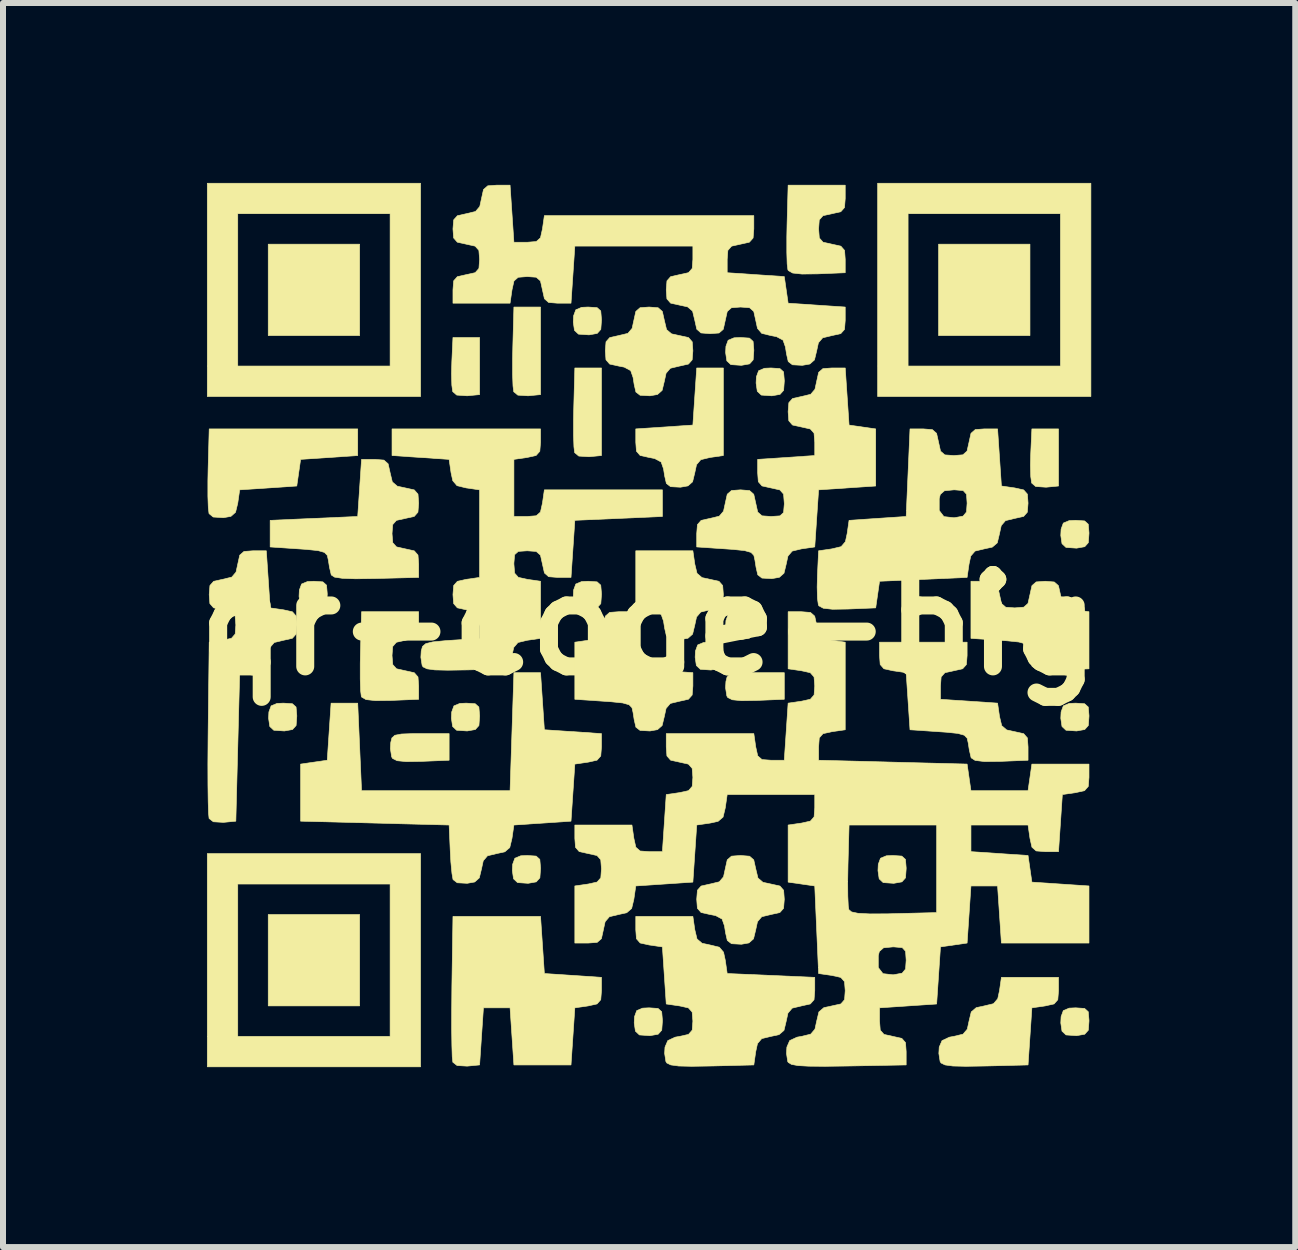
<source format=kicad_pcb>
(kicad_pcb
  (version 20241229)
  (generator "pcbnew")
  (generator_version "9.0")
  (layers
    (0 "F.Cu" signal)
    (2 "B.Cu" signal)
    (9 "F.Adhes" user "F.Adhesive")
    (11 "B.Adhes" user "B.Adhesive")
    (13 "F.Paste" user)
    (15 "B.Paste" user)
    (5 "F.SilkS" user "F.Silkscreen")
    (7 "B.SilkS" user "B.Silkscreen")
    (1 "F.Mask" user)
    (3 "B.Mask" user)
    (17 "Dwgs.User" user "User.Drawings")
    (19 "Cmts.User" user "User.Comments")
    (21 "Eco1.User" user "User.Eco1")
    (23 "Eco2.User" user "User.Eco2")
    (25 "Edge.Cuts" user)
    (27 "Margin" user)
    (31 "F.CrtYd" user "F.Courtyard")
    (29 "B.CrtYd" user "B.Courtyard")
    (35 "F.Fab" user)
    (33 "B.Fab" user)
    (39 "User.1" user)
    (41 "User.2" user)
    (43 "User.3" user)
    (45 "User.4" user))
  (footprint "qr-code-big"
    (layer "F.Cu")
    (at 7.772 7.371)
    (property "Reference" "qr-code-big" (at 0 0 0) (layer "F.SilkS") (effects (font (size 1.524 1.524) (thickness 0.3))))
    (attr through_hole)
    (fp_poly (pts (xy -4.826 -4.826) (xy -6.35 -4.826) (xy -6.35 -6.35) (xy -4.826 -6.35) (xy -4.826 -4.826)) (stroke (width 0.01) (type solid)) (fill yes) (layer "F.SilkS"))
    (fp_poly (pts (xy -4.826 6.35) (xy -6.35 6.35) (xy -6.35 4.826) (xy -4.826 4.826) (xy -4.826 6.35)) (stroke (width 0.01) (type solid)) (fill yes) (layer "F.SilkS"))
    (fp_poly (pts (xy 6.35 -4.826) (xy 4.826 -4.826) (xy 4.826 -6.35) (xy 6.35 -6.35) (xy 6.35 -4.826)) (stroke (width 0.01) (type solid)) (fill yes) (layer "F.SilkS"))
    (fp_poly (pts (xy -2.826 -3.842) (xy -3.033 -3.822) (xy -3.207 -3.834) (xy -3.274 -3.892) (xy -3.289 -4) (xy -3.294 -4.19) (xy -3.289 -4.388) (xy -3.27 -4.794) (xy -2.826 -4.794) (xy -2.826 -3.842)) (stroke (width 0.01) (type solid)) (fill yes) (layer "F.SilkS"))
    (fp_poly (pts (xy 6.826 -2.318) (xy 6.619 -2.298) (xy 6.445 -2.31) (xy 6.378 -2.368) (xy 6.363 -2.476) (xy 6.358 -2.666) (xy 6.363 -2.864) (xy 6.382 -3.27) (xy 6.826 -3.27) (xy 6.826 -2.318)) (stroke (width 0.01) (type solid)) (fill yes) (layer "F.SilkS"))
    (fp_poly (pts (xy -1.81 -3.842) (xy -2.017 -3.822) (xy -2.188 -3.833) (xy -2.257 -3.89) (xy -2.269 -3.987) (xy -2.276 -4.18) (xy -2.276 -4.438) (xy -2.272 -4.64) (xy -2.254 -5.302) (xy -1.81 -5.302) (xy -1.81 -3.842)) (stroke (width 0.01) (type solid)) (fill yes) (layer "F.SilkS"))
    (fp_poly (pts (xy -0.794 -2.826) (xy -1.001 -2.806) (xy -1.172 -2.817) (xy -1.241 -2.874) (xy -1.253 -2.971) (xy -1.26 -3.164) (xy -1.26 -3.422) (xy -1.256 -3.624) (xy -1.238 -4.286) (xy -0.794 -4.286) (xy -0.794 -2.826)) (stroke (width 0.01) (type solid)) (fill yes) (layer "F.SilkS"))
    (fp_poly (pts (xy -3.81 -3.81) (xy -7.366 -3.81) (xy -7.366 -6.858) (xy -6.858 -6.858) (xy -6.858 -4.318) (xy -4.318 -4.318) (xy -4.318 -6.858) (xy -6.858 -6.858) (xy -7.366 -6.858) (xy -7.366 -7.366) (xy -3.81 -7.366) (xy -3.81 -3.81)) (stroke (width 0.01) (type solid)) (fill yes) (layer "F.SilkS"))
    (fp_poly (pts (xy -3.81 7.366) (xy -7.366 7.366) (xy -7.366 4.318) (xy -6.858 4.318) (xy -6.858 6.858) (xy -4.318 6.858) (xy -4.318 4.318) (xy -6.858 4.318) (xy -7.366 4.318) (xy -7.366 3.81) (xy -3.81 3.81) (xy -3.81 7.366)) (stroke (width 0.01) (type solid)) (fill yes) (layer "F.SilkS"))
    (fp_poly (pts (xy 7.366 -3.81) (xy 3.81 -3.81) (xy 3.81 -6.858) (xy 4.318 -6.858) (xy 4.318 -4.318) (xy 6.858 -4.318) (xy 6.858 -6.858) (xy 4.318 -6.858) (xy 3.81 -6.858) (xy 3.81 -7.366) (xy 7.366 -7.366) (xy 7.366 -3.81)) (stroke (width 0.01) (type solid)) (fill yes) (layer "F.SilkS"))
    (fp_poly (pts (xy -5.947 1.312) (xy -5.886 1.367) (xy -5.874 1.507) (xy -5.874 1.524) (xy -5.885 1.675) (xy -5.945 1.742) (xy -6.081 1.766) (xy -6.257 1.754) (xy -6.324 1.691) (xy -6.344 1.554) (xy -6.339 1.449) (xy -6.302 1.348) (xy -6.204 1.307) (xy -6.096 1.302) (xy -5.947 1.312)) (stroke (width 0.01) (type solid)) (fill yes) (layer "F.SilkS"))
    (fp_poly (pts (xy -5.439 -0.72) (xy -5.378 -0.665) (xy -5.366 -0.525) (xy -5.366 -0.508) (xy -5.377 -0.357) (xy -5.437 -0.29) (xy -5.573 -0.266) (xy -5.749 -0.278) (xy -5.816 -0.341) (xy -5.836 -0.478) (xy -5.831 -0.583) (xy -5.794 -0.684) (xy -5.696 -0.725) (xy -5.588 -0.73) (xy -5.439 -0.72)) (stroke (width 0.01) (type solid)) (fill yes) (layer "F.SilkS"))
    (fp_poly (pts (xy -3.334 2.254) (xy -3.795 2.273) (xy -4.049 2.277) (xy -4.201 2.262) (xy -4.277 2.224) (xy -4.292 2.198) (xy -4.313 2.062) (xy -4.307 1.957) (xy -4.288 1.882) (xy -4.239 1.838) (xy -4.131 1.817) (xy -3.938 1.81) (xy -3.81 1.81) (xy -3.334 1.81) (xy -3.334 2.254)) (stroke (width 0.01) (type solid)) (fill yes) (layer "F.SilkS"))
    (fp_poly (pts (xy -2.899 1.312) (xy -2.838 1.367) (xy -2.826 1.507) (xy -2.826 1.524) (xy -2.837 1.675) (xy -2.897 1.742) (xy -3.033 1.766) (xy -3.209 1.754) (xy -3.276 1.691) (xy -3.296 1.554) (xy -3.291 1.449) (xy -3.254 1.348) (xy -3.156 1.307) (xy -3.048 1.302) (xy -2.899 1.312)) (stroke (width 0.01) (type solid)) (fill yes) (layer "F.SilkS"))
    (fp_poly (pts (xy -1.883 3.852) (xy -1.822 3.907) (xy -1.81 4.047) (xy -1.81 4.064) (xy -1.821 4.215) (xy -1.881 4.282) (xy -2.017 4.306) (xy -2.193 4.294) (xy -2.26 4.231) (xy -2.28 4.094) (xy -2.275 3.989) (xy -2.238 3.888) (xy -2.14 3.847) (xy -2.032 3.842) (xy -1.883 3.852)) (stroke (width 0.01) (type solid)) (fill yes) (layer "F.SilkS"))
    (fp_poly (pts (xy -0.867 -5.292) (xy -0.806 -5.237) (xy -0.794 -5.097) (xy -0.794 -5.08) (xy -0.805 -4.929) (xy -0.865 -4.862) (xy -1.001 -4.838) (xy -1.177 -4.85) (xy -1.244 -4.913) (xy -1.264 -5.05) (xy -1.259 -5.155) (xy -1.222 -5.256) (xy -1.124 -5.297) (xy -1.016 -5.302) (xy -0.867 -5.292)) (stroke (width 0.01) (type solid)) (fill yes) (layer "F.SilkS"))
    (fp_poly (pts (xy -0.867 -0.72) (xy -0.806 -0.665) (xy -0.794 -0.525) (xy -0.794 -0.508) (xy -0.805 -0.357) (xy -0.865 -0.29) (xy -1.001 -0.266) (xy -1.177 -0.278) (xy -1.244 -0.341) (xy -1.264 -0.478) (xy -1.259 -0.583) (xy -1.222 -0.684) (xy -1.124 -0.725) (xy -1.016 -0.73) (xy -0.867 -0.72)) (stroke (width 0.01) (type solid)) (fill yes) (layer "F.SilkS"))
    (fp_poly (pts (xy 0.149 6.392) (xy 0.21 6.447) (xy 0.222 6.587) (xy 0.222 6.604) (xy 0.211 6.755) (xy 0.151 6.822) (xy 0.015 6.846) (xy -0.161 6.834) (xy -0.228 6.771) (xy -0.248 6.634) (xy -0.243 6.529) (xy -0.206 6.428) (xy -0.108 6.387) (xy 0 6.382) (xy 0.149 6.392)) (stroke (width 0.01) (type solid)) (fill yes) (layer "F.SilkS"))
    (fp_poly (pts (xy 1.165 0.296) (xy 1.226 0.351) (xy 1.238 0.491) (xy 1.238 0.508) (xy 1.227 0.659) (xy 1.167 0.726) (xy 1.031 0.75) (xy 0.855 0.738) (xy 0.788 0.675) (xy 0.768 0.538) (xy 0.773 0.433) (xy 0.81 0.332) (xy 0.908 0.291) (xy 1.016 0.286) (xy 1.165 0.296)) (stroke (width 0.01) (type solid)) (fill yes) (layer "F.SilkS"))
    (fp_poly (pts (xy 1.673 -4.784) (xy 1.734 -4.729) (xy 1.746 -4.589) (xy 1.746 -4.572) (xy 1.735 -4.421) (xy 1.675 -4.354) (xy 1.539 -4.33) (xy 1.363 -4.342) (xy 1.296 -4.405) (xy 1.276 -4.542) (xy 1.281 -4.647) (xy 1.318 -4.748) (xy 1.416 -4.789) (xy 1.524 -4.794) (xy 1.673 -4.784)) (stroke (width 0.01) (type solid)) (fill yes) (layer "F.SilkS"))
    (fp_poly (pts (xy 1.673 -0.212) (xy 1.734 -0.157) (xy 1.746 -0.017) (xy 1.746 0) (xy 1.735 0.151) (xy 1.675 0.218) (xy 1.539 0.242) (xy 1.363 0.23) (xy 1.296 0.167) (xy 1.276 0.03) (xy 1.281 -0.075) (xy 1.318 -0.176) (xy 1.416 -0.217) (xy 1.524 -0.222) (xy 1.673 -0.212)) (stroke (width 0.01) (type solid)) (fill yes) (layer "F.SilkS"))
    (fp_poly (pts (xy 2.181 -4.276) (xy 2.242 -4.221) (xy 2.254 -4.081) (xy 2.254 -4.064) (xy 2.243 -3.913) (xy 2.183 -3.846) (xy 2.047 -3.822) (xy 1.871 -3.834) (xy 1.804 -3.897) (xy 1.784 -4.034) (xy 1.789 -4.139) (xy 1.826 -4.24) (xy 1.924 -4.281) (xy 2.032 -4.286) (xy 2.181 -4.276)) (stroke (width 0.01) (type solid)) (fill yes) (layer "F.SilkS"))
    (fp_poly (pts (xy 2.254 1.238) (xy 1.793 1.257) (xy 1.539 1.261) (xy 1.387 1.246) (xy 1.311 1.208) (xy 1.296 1.182) (xy 1.275 1.046) (xy 1.281 0.941) (xy 1.3 0.866) (xy 1.349 0.822) (xy 1.457 0.801) (xy 1.65 0.794) (xy 1.778 0.794) (xy 2.254 0.794) (xy 2.254 1.238)) (stroke (width 0.01) (type solid)) (fill yes) (layer "F.SilkS"))
    (fp_poly (pts (xy 4.213 3.852) (xy 4.274 3.907) (xy 4.286 4.047) (xy 4.286 4.064) (xy 4.275 4.215) (xy 4.215 4.282) (xy 4.079 4.306) (xy 3.903 4.294) (xy 3.836 4.231) (xy 3.816 4.094) (xy 3.821 3.989) (xy 3.858 3.888) (xy 3.956 3.847) (xy 4.064 3.842) (xy 4.213 3.852)) (stroke (width 0.01) (type solid)) (fill yes) (layer "F.SilkS"))
    (fp_poly (pts (xy 7.261 -1.736) (xy 7.322 -1.681) (xy 7.334 -1.541) (xy 7.334 -1.524) (xy 7.323 -1.373) (xy 7.263 -1.306) (xy 7.127 -1.282) (xy 6.951 -1.294) (xy 6.884 -1.357) (xy 6.864 -1.494) (xy 6.869 -1.599) (xy 6.906 -1.7) (xy 7.004 -1.741) (xy 7.112 -1.746) (xy 7.261 -1.736)) (stroke (width 0.01) (type solid)) (fill yes) (layer "F.SilkS"))
    (fp_poly (pts (xy 7.261 1.312) (xy 7.322 1.367) (xy 7.334 1.507) (xy 7.334 1.524) (xy 7.323 1.675) (xy 7.263 1.742) (xy 7.127 1.766) (xy 6.951 1.754) (xy 6.884 1.691) (xy 6.864 1.554) (xy 6.869 1.449) (xy 6.906 1.348) (xy 7.004 1.307) (xy 7.112 1.302) (xy 7.261 1.312)) (stroke (width 0.01) (type solid)) (fill yes) (layer "F.SilkS"))
    (fp_poly (pts (xy 7.261 6.392) (xy 7.322 6.447) (xy 7.334 6.587) (xy 7.334 6.604) (xy 7.323 6.755) (xy 7.263 6.822) (xy 7.127 6.846) (xy 6.951 6.834) (xy 6.884 6.771) (xy 6.864 6.634) (xy 6.869 6.529) (xy 6.906 6.428) (xy 7.004 6.387) (xy 7.112 6.382) (xy 7.261 6.392)) (stroke (width 0.01) (type solid)) (fill yes) (layer "F.SilkS"))
    (fp_poly (pts (xy -4.858 -2.826) (xy -5.81 -2.762) (xy -5.874 -2.318) (xy -6.826 -2.254) (xy -6.858 -2.032) (xy -6.895 -1.88) (xy -6.972 -1.812) (xy -7.097 -1.79) (xy -7.268 -1.801) (xy -7.337 -1.858) (xy -7.349 -1.955) (xy -7.356 -2.148) (xy -7.356 -2.406) (xy -7.352 -2.608) (xy -7.334 -3.27) (xy -4.858 -3.27) (xy -4.858 -2.826)) (stroke (width 0.01) (type solid)) (fill yes) (layer "F.SilkS"))
    (fp_poly (pts (xy -1.746 5.81) (xy -0.794 5.874) (xy -0.794 6.096) (xy -0.806 6.247) (xy -0.868 6.317) (xy -1.016 6.35) (xy -1.238 6.382) (xy -1.302 7.334) (xy -2.254 7.334) (xy -2.318 6.382) (xy -2.762 6.382) (xy -2.826 7.334) (xy -3.033 7.354) (xy -3.201 7.344) (xy -3.272 7.289) (xy -3.282 7.2) (xy -3.288 7.007) (xy -3.292 6.73) (xy -3.291 6.391) (xy -3.288 6.03) (xy -3.27 4.858) (xy -1.81 4.858) (xy -1.746 5.81)) (stroke (width 0.01) (type solid)) (fill yes) (layer "F.SilkS"))
    (fp_poly (pts (xy 1.238 -2.826) (xy 1.016 -2.794) (xy 0.862 -2.757) (xy 0.791 -2.674) (xy 0.762 -2.54) (xy 0.725 -2.388) (xy 0.648 -2.32) (xy 0.523 -2.298) (xy 0.358 -2.307) (xy 0.288 -2.361) (xy 0.259 -2.488) (xy 0.241 -2.603) (xy 0.201 -2.718) (xy 0.093 -2.776) (xy 0 -2.794) (xy -0.149 -2.827) (xy -0.211 -2.898) (xy -0.222 -3.048) (xy -0.222 -3.27) (xy 0.73 -3.334) (xy 0.794 -4.286) (xy 1.238 -4.286) (xy 1.238 -2.826)) (stroke (width 0.01) (type solid)) (fill yes) (layer "F.SilkS"))
    (fp_poly (pts (xy -3.842 0) (xy -3.854 0.151) (xy -3.916 0.221) (xy -4.064 0.254) (xy -4.213 0.287) (xy -4.275 0.358) (xy -4.286 0.508) (xy -4.274 0.659) (xy -4.212 0.729) (xy -4.064 0.762) (xy -3.915 0.795) (xy -3.853 0.866) (xy -3.842 1.016) (xy -3.842 1.238) (xy -4.303 1.257) (xy -4.563 1.26) (xy -4.719 1.243) (xy -4.791 1.202) (xy -4.798 1.189) (xy -4.81 1.092) (xy -4.816 0.9) (xy -4.816 0.642) (xy -4.812 0.44) (xy -4.794 -0.222) (xy -3.842 -0.222) (xy -3.842 0)) (stroke (width 0.01) (type solid)) (fill yes) (layer "F.SilkS"))
    (fp_poly (pts (xy 3.27 -7.112) (xy 3.258 -6.961) (xy 3.196 -6.891) (xy 3.048 -6.858) (xy 2.899 -6.825) (xy 2.837 -6.754) (xy 2.826 -6.604) (xy 2.838 -6.453) (xy 2.9 -6.383) (xy 3.048 -6.35) (xy 3.197 -6.317) (xy 3.259 -6.246) (xy 3.27 -6.096) (xy 3.27 -5.874) (xy 2.809 -5.855) (xy 2.549 -5.852) (xy 2.393 -5.869) (xy 2.321 -5.91) (xy 2.314 -5.923) (xy 2.302 -6.02) (xy 2.296 -6.212) (xy 2.296 -6.47) (xy 2.3 -6.672) (xy 2.318 -7.334) (xy 3.27 -7.334) (xy 3.27 -7.112)) (stroke (width 0.01) (type solid)) (fill yes) (layer "F.SilkS"))
    (fp_poly (pts (xy 0.762 -1.016) (xy 0.799 -0.862) (xy 0.882 -0.791) (xy 1.016 -0.762) (xy 1.165 -0.729) (xy 1.227 -0.658) (xy 1.238 -0.508) (xy 1.226 -0.357) (xy 1.164 -0.287) (xy 1.016 -0.254) (xy 0.862 -0.217) (xy 0.791 -0.134) (xy 0.762 0) (xy 0.725 0.152) (xy 0.648 0.22) (xy 0.523 0.242) (xy 0.358 0.233) (xy 0.288 0.179) (xy 0.259 0.052) (xy 0.241 -0.064) (xy 0.201 -0.178) (xy 0.093 -0.236) (xy 0 -0.254) (xy -0.222 -0.286) (xy -0.222 -1.238) (xy 0.73 -1.238) (xy 0.762 -1.016)) (stroke (width 0.01) (type solid)) (fill yes) (layer "F.SilkS"))
    (fp_poly (pts (xy 6.826 6.096) (xy 6.814 6.247) (xy 6.752 6.317) (xy 6.604 6.35) (xy 6.382 6.382) (xy 6.318 7.334) (xy 5.603 7.352) (xy 5.281 7.357) (xy 5.064 7.352) (xy 4.934 7.334) (xy 4.868 7.302) (xy 4.852 7.277) (xy 4.831 7.142) (xy 4.837 7.037) (xy 4.884 6.928) (xy 5.007 6.871) (xy 5.08 6.858) (xy 5.234 6.821) (xy 5.305 6.738) (xy 5.334 6.604) (xy 5.371 6.45) (xy 5.454 6.379) (xy 5.588 6.35) (xy 5.742 6.313) (xy 5.813 6.23) (xy 5.842 6.096) (xy 5.874 5.874) (xy 6.826 5.874) (xy 6.826 6.096)) (stroke (width 0.01) (type solid)) (fill yes) (layer "F.SilkS"))
    (fp_poly (pts (xy -0.222 0.73) (xy 0.73 0.794) (xy 0.73 1.016) (xy 0.718 1.167) (xy 0.656 1.237) (xy 0.508 1.27) (xy 0.354 1.307) (xy 0.283 1.39) (xy 0.254 1.524) (xy 0.217 1.676) (xy 0.14 1.744) (xy 0.015 1.766) (xy -0.15 1.757) (xy -0.22 1.703) (xy -0.249 1.576) (xy -0.267 1.46) (xy -0.285 1.379) (xy -0.333 1.329) (xy -0.439 1.299) (xy -0.632 1.279) (xy -0.762 1.27) (xy -1.238 1.238) (xy -1.238 0.286) (xy -1.016 0.254) (xy -0.862 0.217) (xy -0.791 0.134) (xy -0.762 0) (xy -0.729 -0.149) (xy -0.658 -0.211) (xy -0.508 -0.222) (xy -0.286 -0.222) (xy -0.222 0.73)) (stroke (width 0.01) (type solid)) (fill yes) (layer "F.SilkS"))
    (fp_poly (pts (xy -1.746 1.746) (xy -0.794 1.81) (xy -0.794 2.032) (xy -0.806 2.183) (xy -0.868 2.253) (xy -1.016 2.286) (xy -1.238 2.318) (xy -1.302 3.27) (xy -2.254 3.334) (xy -2.286 3.556) (xy -2.323 3.71) (xy -2.406 3.781) (xy -2.54 3.81) (xy -2.694 3.847) (xy -2.765 3.93) (xy -2.794 4.064) (xy -2.831 4.216) (xy -2.908 4.284) (xy -3.033 4.306) (xy -3.199 4.297) (xy -3.269 4.243) (xy -3.287 4.139) (xy -3.305 3.951) (xy -3.316 3.747) (xy -3.334 3.334) (xy -5.81 3.27) (xy -5.81 2.318) (xy -5.366 2.254) (xy -5.302 1.302) (xy -4.858 1.302) (xy -4.794 2.762) (xy -2.318 2.762) (xy -2.254 0.794) (xy -1.81 0.794) (xy -1.746 1.746)) (stroke (width 0.01) (type solid)) (fill yes) (layer "F.SilkS"))
    (fp_poly (pts (xy 5.739 -0.718) (xy 5.809 -0.656) (xy 5.842 -0.508) (xy 5.875 -0.359) (xy 5.946 -0.297) (xy 6.096 -0.286) (xy 6.247 -0.298) (xy 6.317 -0.36) (xy 6.35 -0.508) (xy 6.383 -0.657) (xy 6.454 -0.719) (xy 6.604 -0.73) (xy 6.755 -0.718) (xy 6.825 -0.656) (xy 6.858 -0.508) (xy 6.895 -0.354) (xy 6.978 -0.283) (xy 7.112 -0.254) (xy 7.334 -0.222) (xy 7.334 0.73) (xy 6.873 0.749) (xy 6.608 0.752) (xy 6.452 0.733) (xy 6.386 0.69) (xy 6.384 0.685) (xy 6.355 0.56) (xy 6.337 0.445) (xy 6.319 0.363) (xy 6.271 0.313) (xy 6.165 0.283) (xy 5.972 0.263) (xy 5.842 0.254) (xy 5.366 0.222) (xy 5.366 -0.73) (xy 5.588 -0.73) (xy 5.739 -0.718)) (stroke (width 0.01) (type solid)) (fill yes) (layer "F.SilkS"))
    (fp_poly (pts (xy 0.151 -5.29) (xy 0.221 -5.228) (xy 0.254 -5.08) (xy 0.291 -4.926) (xy 0.374 -4.855) (xy 0.508 -4.826) (xy 0.657 -4.793) (xy 0.719 -4.722) (xy 0.73 -4.572) (xy 0.718 -4.421) (xy 0.656 -4.351) (xy 0.508 -4.318) (xy 0.354 -4.281) (xy 0.283 -4.198) (xy 0.254 -4.064) (xy 0.217 -3.912) (xy 0.14 -3.844) (xy 0.015 -3.822) (xy -0.15 -3.831) (xy -0.22 -3.885) (xy -0.249 -4.012) (xy -0.267 -4.128) (xy -0.307 -4.242) (xy -0.415 -4.3) (xy -0.508 -4.318) (xy -0.657 -4.351) (xy -0.719 -4.422) (xy -0.73 -4.572) (xy -0.718 -4.723) (xy -0.656 -4.793) (xy -0.508 -4.826) (xy -0.354 -4.863) (xy -0.283 -4.946) (xy -0.254 -5.08) (xy -0.221 -5.229) (xy -0.15 -5.291) (xy 0 -5.302) (xy 0.151 -5.29)) (stroke (width 0.01) (type solid)) (fill yes) (layer "F.SilkS"))
    (fp_poly (pts (xy 1.675 3.854) (xy 1.745 3.916) (xy 1.778 4.064) (xy 1.815 4.218) (xy 1.898 4.289) (xy 2.032 4.318) (xy 2.181 4.351) (xy 2.243 4.422) (xy 2.254 4.572) (xy 2.242 4.723) (xy 2.18 4.793) (xy 2.032 4.826) (xy 1.878 4.863) (xy 1.807 4.946) (xy 1.778 5.08) (xy 1.741 5.232) (xy 1.664 5.3) (xy 1.539 5.322) (xy 1.374 5.313) (xy 1.304 5.259) (xy 1.275 5.132) (xy 1.257 5.016) (xy 1.217 4.902) (xy 1.109 4.844) (xy 1.016 4.826) (xy 0.867 4.793) (xy 0.805 4.722) (xy 0.794 4.572) (xy 0.806 4.421) (xy 0.868 4.351) (xy 1.016 4.318) (xy 1.17 4.281) (xy 1.241 4.198) (xy 1.27 4.064) (xy 1.303 3.915) (xy 1.374 3.853) (xy 1.524 3.842) (xy 1.675 3.854)) (stroke (width 0.01) (type solid)) (fill yes) (layer "F.SilkS"))
    (fp_poly (pts (xy 5.302 0.508) (xy 5.29 0.659) (xy 5.228 0.729) (xy 5.08 0.762) (xy 4.931 0.795) (xy 4.869 0.866) (xy 4.858 1.016) (xy 4.858 1.238) (xy 5.81 1.302) (xy 5.842 1.524) (xy 5.879 1.678) (xy 5.962 1.749) (xy 6.096 1.778) (xy 6.245 1.811) (xy 6.307 1.882) (xy 6.318 2.032) (xy 6.318 2.254) (xy 5.857 2.273) (xy 5.592 2.276) (xy 5.436 2.257) (xy 5.37 2.214) (xy 5.368 2.209) (xy 5.339 2.084) (xy 5.321 1.968) (xy 5.303 1.887) (xy 5.255 1.837) (xy 5.149 1.807) (xy 4.956 1.787) (xy 4.826 1.778) (xy 4.35 1.746) (xy 4.286 0.794) (xy 4.064 0.762) (xy 3.915 0.729) (xy 3.853 0.658) (xy 3.842 0.508) (xy 3.842 0.286) (xy 5.302 0.286) (xy 5.302 0.508)) (stroke (width 0.01) (type solid)) (fill yes) (layer "F.SilkS"))
    (fp_poly (pts (xy -4.421 -2.75) (xy -4.351 -2.688) (xy -4.318 -2.54) (xy -4.281 -2.386) (xy -4.198 -2.315) (xy -4.064 -2.286) (xy -3.915 -2.253) (xy -3.853 -2.182) (xy -3.842 -2.032) (xy -3.854 -1.881) (xy -3.916 -1.811) (xy -4.064 -1.778) (xy -4.213 -1.745) (xy -4.275 -1.674) (xy -4.286 -1.524) (xy -4.274 -1.373) (xy -4.212 -1.303) (xy -4.064 -1.27) (xy -3.915 -1.237) (xy -3.853 -1.166) (xy -3.842 -1.016) (xy -3.842 -0.794) (xy -4.557 -0.776) (xy -4.891 -0.771) (xy -5.114 -0.779) (xy -5.245 -0.799) (xy -5.299 -0.835) (xy -5.3 -0.839) (xy -5.329 -0.964) (xy -5.347 -1.079) (xy -5.365 -1.161) (xy -5.413 -1.211) (xy -5.519 -1.241) (xy -5.712 -1.261) (xy -5.842 -1.27) (xy -6.318 -1.302) (xy -6.318 -1.746) (xy -4.858 -1.81) (xy -4.794 -2.762) (xy -4.572 -2.762) (xy -4.421 -2.75)) (stroke (width 0.01) (type solid)) (fill yes) (layer "F.SilkS"))
    (fp_poly (pts (xy -6.318 -0.286) (xy -6.096 -0.254) (xy -5.947 -0.221) (xy -5.885 -0.15) (xy -5.874 0) (xy -5.886 0.151) (xy -5.948 0.221) (xy -6.096 0.254) (xy -6.25 0.291) (xy -6.321 0.374) (xy -6.35 0.508) (xy -6.387 0.662) (xy -6.47 0.733) (xy -6.604 0.762) (xy -6.826 0.794) (xy -6.89 3.27) (xy -7.097 3.29) (xy -7.265 3.28) (xy -7.336 3.225) (xy -7.345 3.139) (xy -7.351 2.946) (xy -7.355 2.664) (xy -7.356 2.314) (xy -7.353 1.914) (xy -7.351 1.713) (xy -7.334 0.286) (xy -7.112 0.254) (xy -6.963 0.221) (xy -6.901 0.15) (xy -6.89 0) (xy -6.902 -0.151) (xy -6.964 -0.221) (xy -7.112 -0.254) (xy -7.261 -0.287) (xy -7.323 -0.358) (xy -7.334 -0.508) (xy -7.322 -0.659) (xy -7.26 -0.729) (xy -7.112 -0.762) (xy -6.958 -0.799) (xy -6.887 -0.882) (xy -6.858 -1.016) (xy -6.825 -1.165) (xy -6.754 -1.227) (xy -6.604 -1.238) (xy -6.382 -1.238) (xy -6.318 -0.286)) (stroke (width 0.01) (type solid)) (fill yes) (layer "F.SilkS"))
    (fp_poly (pts (xy 0.762 5.08) (xy 0.799 5.234) (xy 0.882 5.305) (xy 1.016 5.334) (xy 1.17 5.371) (xy 1.241 5.454) (xy 1.27 5.588) (xy 1.302 5.81) (xy 2.762 5.874) (xy 2.762 6.096) (xy 2.75 6.247) (xy 2.688 6.317) (xy 2.54 6.35) (xy 2.386 6.387) (xy 2.315 6.47) (xy 2.286 6.604) (xy 2.249 6.758) (xy 2.166 6.829) (xy 2.032 6.858) (xy 1.878 6.895) (xy 1.807 6.978) (xy 1.778 7.112) (xy 1.746 7.334) (xy 1.031 7.352) (xy 0.709 7.357) (xy 0.492 7.352) (xy 0.362 7.334) (xy 0.296 7.302) (xy 0.28 7.277) (xy 0.259 7.142) (xy 0.265 7.037) (xy 0.312 6.928) (xy 0.435 6.871) (xy 0.508 6.858) (xy 0.657 6.825) (xy 0.719 6.754) (xy 0.73 6.604) (xy 0.718 6.453) (xy 0.656 6.383) (xy 0.508 6.35) (xy 0.286 6.318) (xy 0.222 5.366) (xy 0 5.334) (xy -0.149 5.301) (xy -0.211 5.23) (xy -0.222 5.08) (xy -0.222 4.858) (xy 0.73 4.858) (xy 0.762 5.08)) (stroke (width 0.01) (type solid)) (fill yes) (layer "F.SilkS"))
    (fp_poly (pts (xy 3.334 -3.334) (xy 3.778 -3.27) (xy 3.778 -2.318) (xy 2.826 -2.254) (xy 2.762 -1.302) (xy 2.54 -1.27) (xy 2.386 -1.233) (xy 2.315 -1.15) (xy 2.286 -1.016) (xy 2.249 -0.864) (xy 2.172 -0.796) (xy 2.047 -0.774) (xy 1.882 -0.783) (xy 1.812 -0.837) (xy 1.783 -0.964) (xy 1.765 -1.079) (xy 1.747 -1.161) (xy 1.699 -1.211) (xy 1.593 -1.241) (xy 1.4 -1.261) (xy 1.27 -1.27) (xy 0.794 -1.302) (xy 0.794 -1.524) (xy 0.806 -1.675) (xy 0.868 -1.745) (xy 1.016 -1.778) (xy 1.17 -1.815) (xy 1.241 -1.898) (xy 1.27 -2.032) (xy 1.303 -2.181) (xy 1.374 -2.243) (xy 1.524 -2.254) (xy 1.675 -2.242) (xy 1.745 -2.18) (xy 1.778 -2.032) (xy 1.811 -1.883) (xy 1.882 -1.821) (xy 2.032 -1.81) (xy 2.181 -1.82) (xy 2.242 -1.875) (xy 2.254 -2.015) (xy 2.254 -2.032) (xy 2.242 -2.183) (xy 2.18 -2.253) (xy 2.032 -2.286) (xy 1.883 -2.319) (xy 1.821 -2.39) (xy 1.81 -2.54) (xy 1.81 -2.762) (xy 2.762 -2.826) (xy 2.762 -3.048) (xy 2.75 -3.199) (xy 2.688 -3.269) (xy 2.54 -3.302) (xy 2.391 -3.335) (xy 2.329 -3.406) (xy 2.318 -3.556) (xy 2.33 -3.707) (xy 2.392 -3.777) (xy 2.54 -3.81) (xy 2.694 -3.847) (xy 2.765 -3.93) (xy 2.794 -4.064) (xy 2.827 -4.213) (xy 2.898 -4.275) (xy 3.048 -4.286) (xy 3.27 -4.286) (xy 3.334 -3.334)) (stroke (width 0.01) (type solid)) (fill yes) (layer "F.SilkS"))
    (fp_poly (pts (xy 4.723 -3.258) (xy 4.793 -3.196) (xy 4.826 -3.048) (xy 4.859 -2.899) (xy 4.93 -2.837) (xy 5.08 -2.826) (xy 5.231 -2.838) (xy 5.301 -2.9) (xy 5.334 -3.048) (xy 5.367 -3.197) (xy 5.438 -3.259) (xy 5.588 -3.27) (xy 5.81 -3.27) (xy 5.874 -2.318) (xy 6.096 -2.286) (xy 6.245 -2.253) (xy 6.307 -2.182) (xy 6.318 -2.032) (xy 6.306 -1.881) (xy 6.244 -1.811) (xy 6.096 -1.778) (xy 5.942 -1.741) (xy 5.871 -1.658) (xy 5.842 -1.524) (xy 5.805 -1.37) (xy 5.722 -1.299) (xy 5.588 -1.27) (xy 5.434 -1.233) (xy 5.363 -1.15) (xy 5.334 -1.016) (xy 5.302 -0.794) (xy 3.842 -0.73) (xy 3.778 -0.286) (xy 3.317 -0.267) (xy 3.059 -0.263) (xy 2.905 -0.28) (xy 2.831 -0.32) (xy 2.822 -0.337) (xy 2.807 -0.444) (xy 2.802 -0.634) (xy 2.807 -0.832) (xy 2.826 -1.238) (xy 3.048 -1.27) (xy 3.202 -1.307) (xy 3.273 -1.39) (xy 3.302 -1.524) (xy 3.334 -1.746) (xy 4.286 -1.81) (xy 4.299 -2.107) (xy 4.837 -2.107) (xy 4.837 -1.91) (xy 4.915 -1.808) (xy 5.081 -1.789) (xy 5.095 -1.79) (xy 5.235 -1.816) (xy 5.292 -1.885) (xy 5.302 -2.032) (xy 5.292 -2.181) (xy 5.237 -2.242) (xy 5.097 -2.254) (xy 5.08 -2.254) (xy 4.925 -2.239) (xy 4.855 -2.178) (xy 4.837 -2.107) (xy 4.299 -2.107) (xy 4.35 -3.27) (xy 4.572 -3.27) (xy 4.723 -3.258)) (stroke (width 0.01) (type solid)) (fill yes) (layer "F.SilkS"))
    (fp_poly (pts (xy -1.81 -3.048) (xy -1.822 -2.897) (xy -1.884 -2.827) (xy -2.032 -2.794) (xy -2.254 -2.762) (xy -2.254 -1.81) (xy -2.032 -1.81) (xy -1.881 -1.822) (xy -1.811 -1.884) (xy -1.778 -2.032) (xy -1.746 -2.254) (xy 0.222 -2.254) (xy 0.222 -1.81) (xy -1.238 -1.746) (xy -1.302 -0.794) (xy -1.524 -0.794) (xy -1.675 -0.806) (xy -1.745 -0.868) (xy -1.778 -1.016) (xy -1.811 -1.165) (xy -1.882 -1.227) (xy -2.032 -1.238) (xy -2.181 -1.228) (xy -2.242 -1.173) (xy -2.254 -1.033) (xy -2.254 -1.016) (xy -2.242 -0.865) (xy -2.18 -0.795) (xy -2.032 -0.762) (xy -1.81 -0.73) (xy -1.81 0.222) (xy -2.032 0.254) (xy -2.186 0.291) (xy -2.257 0.374) (xy -2.286 0.508) (xy -2.318 0.73) (xy -3.033 0.748) (xy -3.355 0.753) (xy -3.572 0.748) (xy -3.702 0.73) (xy -3.768 0.698) (xy -3.784 0.673) (xy -3.805 0.538) (xy -3.799 0.433) (xy -3.778 0.357) (xy -3.723 0.31) (xy -3.606 0.281) (xy -3.4 0.261) (xy -3.302 0.254) (xy -2.826 0.222) (xy -2.826 0) (xy -2.838 -0.151) (xy -2.9 -0.221) (xy -3.048 -0.254) (xy -3.197 -0.287) (xy -3.259 -0.358) (xy -3.27 -0.508) (xy -3.258 -0.659) (xy -3.196 -0.729) (xy -3.048 -0.762) (xy -2.826 -0.794) (xy -2.826 -2.254) (xy -3.048 -2.286) (xy -3.202 -2.323) (xy -3.273 -2.406) (xy -3.302 -2.54) (xy -3.334 -2.762) (xy -4.286 -2.826) (xy -4.286 -3.27) (xy -1.81 -3.27) (xy -1.81 -3.048)) (stroke (width 0.01) (type solid)) (fill yes) (layer "F.SilkS"))
    (fp_poly (pts (xy -2.254 -6.382) (xy -2.032 -6.382) (xy -1.881 -6.394) (xy -1.811 -6.456) (xy -1.778 -6.604) (xy -1.746 -6.826) (xy 1.746 -6.826) (xy 1.746 -6.604) (xy 1.734 -6.453) (xy 1.672 -6.383) (xy 1.524 -6.35) (xy 1.375 -6.317) (xy 1.313 -6.246) (xy 1.302 -6.096) (xy 1.302 -5.874) (xy 2.254 -5.81) (xy 2.318 -5.366) (xy 3.27 -5.302) (xy 3.27 -5.08) (xy 3.258 -4.929) (xy 3.196 -4.859) (xy 3.048 -4.826) (xy 2.894 -4.789) (xy 2.823 -4.706) (xy 2.794 -4.572) (xy 2.757 -4.42) (xy 2.68 -4.352) (xy 2.555 -4.33) (xy 2.39 -4.339) (xy 2.32 -4.393) (xy 2.291 -4.52) (xy 2.273 -4.636) (xy 2.233 -4.75) (xy 2.125 -4.808) (xy 2.032 -4.826) (xy 1.878 -4.863) (xy 1.807 -4.946) (xy 1.778 -5.08) (xy 1.745 -5.229) (xy 1.674 -5.291) (xy 1.524 -5.302) (xy 1.373 -5.29) (xy 1.303 -5.228) (xy 1.27 -5.08) (xy 1.237 -4.931) (xy 1.166 -4.869) (xy 1.016 -4.858) (xy 0.865 -4.87) (xy 0.795 -4.932) (xy 0.762 -5.08) (xy 0.725 -5.234) (xy 0.642 -5.305) (xy 0.508 -5.334) (xy 0.359 -5.367) (xy 0.297 -5.438) (xy 0.286 -5.588) (xy 0.298 -5.739) (xy 0.36 -5.809) (xy 0.508 -5.842) (xy 0.657 -5.875) (xy 0.719 -5.946) (xy 0.73 -6.096) (xy 0.73 -6.318) (xy -1.238 -6.318) (xy -1.302 -5.366) (xy -1.524 -5.366) (xy -1.675 -5.378) (xy -1.745 -5.44) (xy -1.778 -5.588) (xy -1.811 -5.737) (xy -1.882 -5.799) (xy -2.032 -5.81) (xy -2.183 -5.798) (xy -2.253 -5.736) (xy -2.286 -5.588) (xy -2.318 -5.366) (xy -3.27 -5.366) (xy -3.27 -5.588) (xy -3.258 -5.739) (xy -3.196 -5.809) (xy -3.048 -5.842) (xy -2.899 -5.875) (xy -2.837 -5.946) (xy -2.826 -6.096) (xy -2.838 -6.247) (xy -2.9 -6.317) (xy -3.048 -6.35) (xy -3.197 -6.383) (xy -3.259 -6.454) (xy -3.27 -6.604) (xy -3.258 -6.755) (xy -3.196 -6.825) (xy -3.048 -6.858) (xy -2.894 -6.895) (xy -2.823 -6.978) (xy -2.794 -7.112) (xy -2.761 -7.261) (xy -2.69 -7.323) (xy -2.54 -7.334) (xy -2.318 -7.334) (xy -2.254 -6.382)) (stroke (width 0.01) (type solid)) (fill yes) (layer "F.SilkS"))
    (fp_poly (pts (xy 2.691 -0.21) (xy 2.761 -0.148) (xy 2.794 0) (xy 2.831 0.154) (xy 2.914 0.225) (xy 3.048 0.254) (xy 3.27 0.286) (xy 3.27 1.746) (xy 3.048 1.778) (xy 2.899 1.811) (xy 2.837 1.882) (xy 2.826 2.032) (xy 2.826 2.254) (xy 5.302 2.318) (xy 5.366 2.762) (xy 6.318 2.762) (xy 6.382 2.318) (xy 7.334 2.318) (xy 7.334 2.54) (xy 7.322 2.691) (xy 7.26 2.761) (xy 7.112 2.794) (xy 6.89 2.826) (xy 6.826 3.778) (xy 6.604 3.778) (xy 6.453 3.766) (xy 6.383 3.704) (xy 6.35 3.556) (xy 6.318 3.334) (xy 5.366 3.334) (xy 5.366 3.778) (xy 6.318 3.842) (xy 6.382 4.286) (xy 7.334 4.35) (xy 7.334 5.302) (xy 5.874 5.302) (xy 5.81 4.35) (xy 5.366 4.35) (xy 5.302 5.302) (xy 4.858 5.366) (xy 4.794 6.318) (xy 3.842 6.382) (xy 3.842 6.604) (xy 3.854 6.755) (xy 3.916 6.825) (xy 4.064 6.858) (xy 4.213 6.891) (xy 4.275 6.962) (xy 4.286 7.112) (xy 4.286 7.334) (xy 3.317 7.352) (xy 2.935 7.357) (xy 2.663 7.355) (xy 2.482 7.345) (xy 2.374 7.325) (xy 2.322 7.294) (xy 2.311 7.277) (xy 2.291 7.142) (xy 2.297 7.037) (xy 2.344 6.928) (xy 2.467 6.871) (xy 2.54 6.858) (xy 2.694 6.821) (xy 2.765 6.738) (xy 2.794 6.604) (xy 2.831 6.45) (xy 2.914 6.379) (xy 3.048 6.35) (xy 3.197 6.317) (xy 3.259 6.246) (xy 3.27 6.096) (xy 3.258 5.945) (xy 3.196 5.875) (xy 3.048 5.842) (xy 2.826 5.81) (xy 2.813 5.513) (xy 3.821 5.513) (xy 3.821 5.71) (xy 3.899 5.812) (xy 4.065 5.831) (xy 4.079 5.83) (xy 4.219 5.804) (xy 4.276 5.735) (xy 4.286 5.588) (xy 4.276 5.439) (xy 4.221 5.378) (xy 4.081 5.366) (xy 4.064 5.366) (xy 3.909 5.381) (xy 3.839 5.442) (xy 3.821 5.513) (xy 2.813 5.513) (xy 2.762 4.35) (xy 2.318 4.286) (xy 2.318 4.28) (xy 3.311 4.28) (xy 3.313 4.521) (xy 3.321 4.688) (xy 3.33 4.744) (xy 3.375 4.783) (xy 3.484 4.806) (xy 3.678 4.816) (xy 3.974 4.815) (xy 4.079 4.812) (xy 4.794 4.794) (xy 4.794 3.334) (xy 3.334 3.334) (xy 3.316 3.996) (xy 3.311 4.28) (xy 2.318 4.28) (xy 2.318 3.334) (xy 2.54 3.302) (xy 2.689 3.269) (xy 2.751 3.198) (xy 2.762 3.048) (xy 2.762 2.826) (xy 1.302 2.826) (xy 1.27 3.048) (xy 1.233 3.202) (xy 1.15 3.273) (xy 1.016 3.302) (xy 0.794 3.334) (xy 0.73 4.286) (xy -0.222 4.35) (xy -0.254 4.572) (xy -0.291 4.726) (xy -0.374 4.797) (xy -0.508 4.826) (xy -0.662 4.863) (xy -0.733 4.946) (xy -0.762 5.08) (xy -0.795 5.229) (xy -0.866 5.291) (xy -1.016 5.302) (xy -1.238 5.302) (xy -1.238 4.35) (xy -1.016 4.318) (xy -0.867 4.285) (xy -0.805 4.214) (xy -0.794 4.064) (xy -0.806 3.913) (xy -0.868 3.843) (xy -1.016 3.81) (xy -1.165 3.777) (xy -1.227 3.706) (xy -1.238 3.556) (xy -1.238 3.334) (xy -0.286 3.334) (xy -0.254 3.556) (xy -0.221 3.705) (xy -0.15 3.767) (xy 0 3.778) (xy 0.222 3.778) (xy 0.286 2.826) (xy 0.508 2.794) (xy 0.657 2.761) (xy 0.719 2.69) (xy 0.73 2.54) (xy 0.718 2.389) (xy 0.656 2.319) (xy 0.508 2.286) (xy 0.359 2.253) (xy 0.297 2.182) (xy 0.286 2.032) (xy 0.286 1.81) (xy 1.746 1.81) (xy 1.778 2.032) (xy 1.811 2.181) (xy 1.882 2.243) (xy 2.032 2.254) (xy 2.254 2.254) (xy 2.318 1.302) (xy 2.54 1.27) (xy 2.689 1.237) (xy 2.751 1.166) (xy 2.762 1.016) (xy 2.75 0.865) (xy 2.688 0.795) (xy 2.54 0.762) (xy 2.318 0.73) (xy 2.318 -0.222) (xy 2.54 -0.222) (xy 2.691 -0.21)) (stroke (width 0.01) (type solid)) (fill yes) (layer "F.SilkS")))
  (gr_rect
    (start -3 -3)
    (end 18.545 17.742)
    (stroke (width 0.1) (type default))
    (fill no)
    (layer "Edge.Cuts")))
</source>
